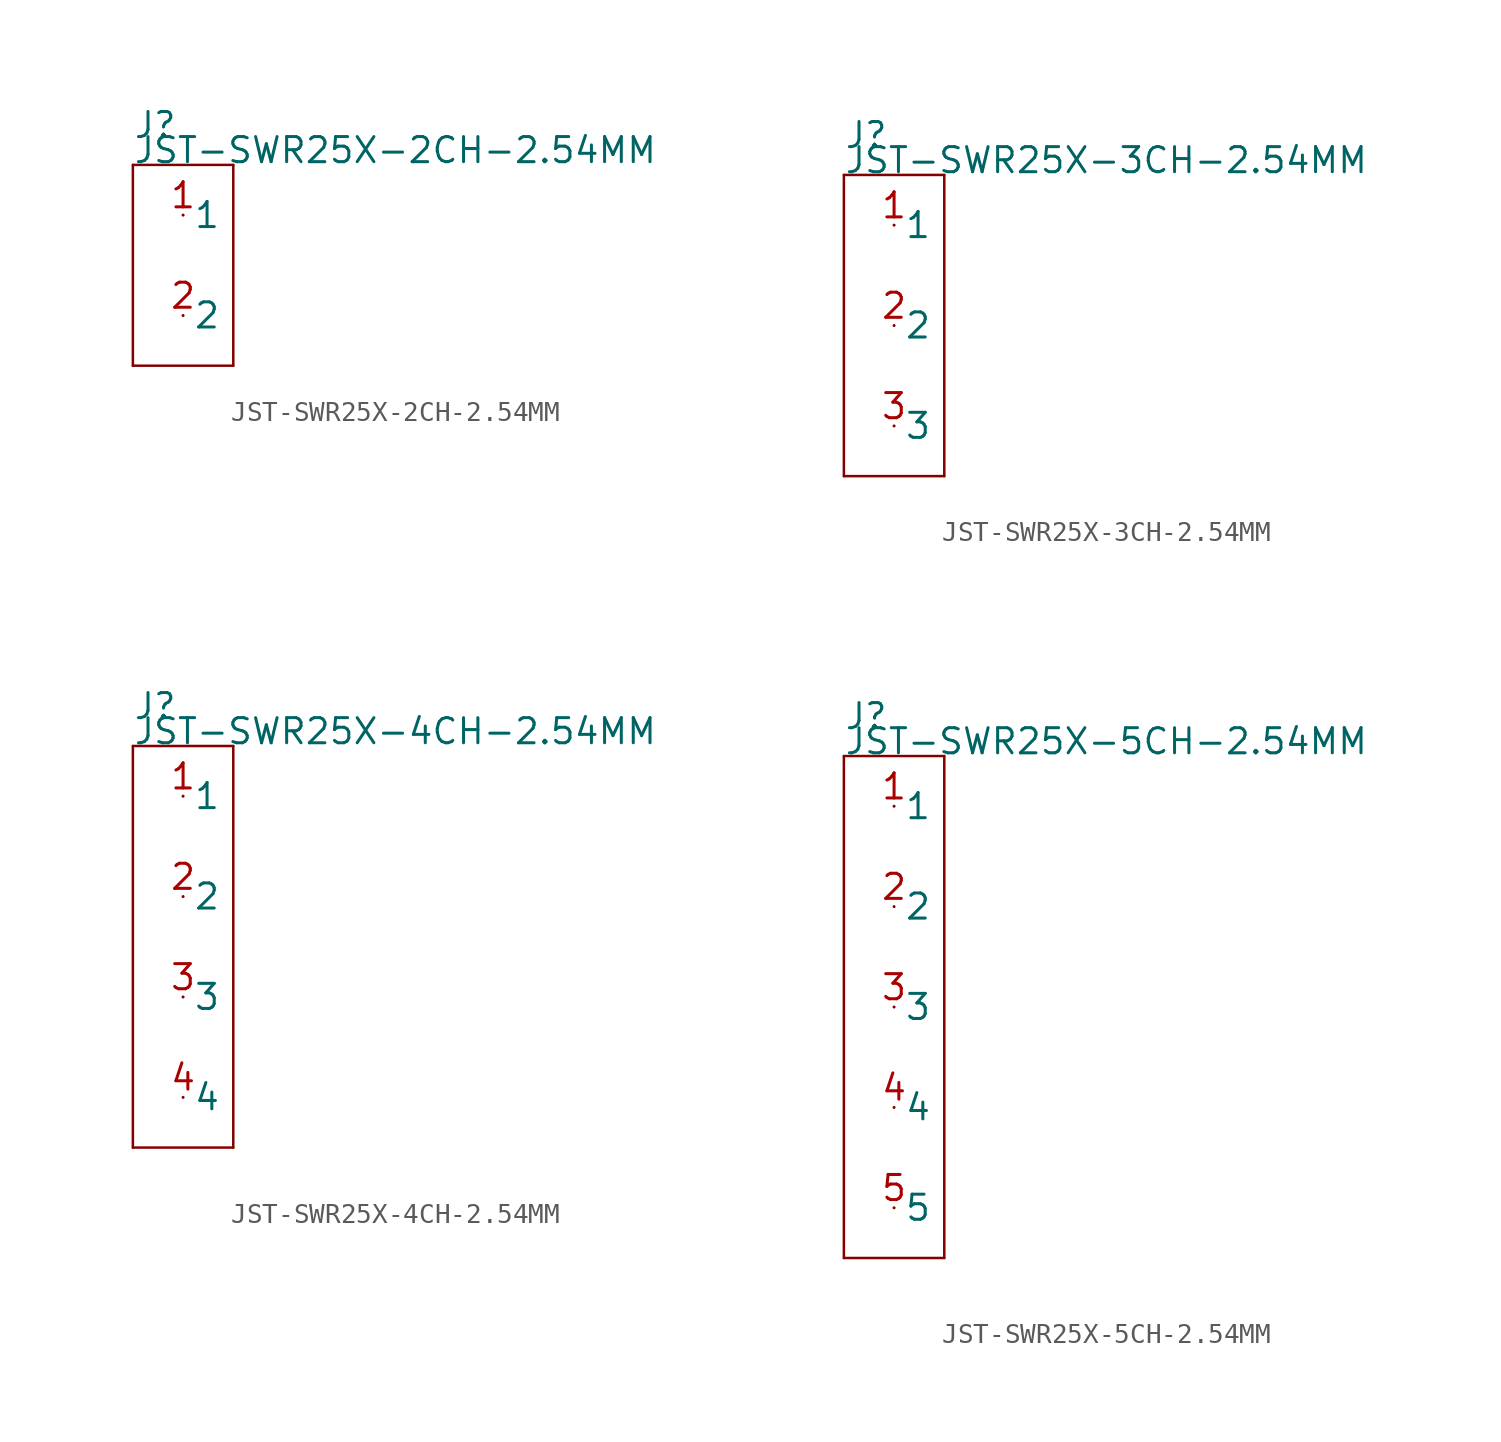
<source format=kicad_sym>
(kicad_symbol_lib
  (version 20211014)
  (generator kicad_symbol_editor)
  (symbol "JST-SWR25X-2CH-2.54MM"
    (pin_names)
    (property "Reference" "J"
      (at -2.54 6.35 0)
      (effects (font (size 1.27 1.27)) (justify left bottom)))
    (property "Value" "JST-SWR25X-2CH-2.54MM"
      (at -2.54 5.08 0)
      (effects (font (size 1.27 1.27)) (justify left bottom)))
    (property "Datasheet" ""
      (at 0 0 0))
    (property "ki_description" " JST 1x2  - Through Hole JST 2POS 2.54MM Technical Specifications: Pitch: 3.96mm "
      (at 0 0 0))
    (property "ki_fp_filters" "FlashPCB_Connectors:JST-SWR25X-NRTC-S2-ST-BA-THT-VERT-2CH-2.54MM FlashPCB_Connectors:JST-SWR25X-NRTC-S2-ST-BA-THT-VERT-2CH-2.54MM-NOSILK FlashPCB_Connectors:JST-SWR25X-NRTC-S2-RA-BA-THT-RA-2CH-2.54MM FlashPCB_Connectors:JST-SWR25X-NRTC-S2-RA-BA-THT-RA-2CH-2.54MM-NOSILK FlashPCB_Connectors:JST-SWR25X-NRTC-S2-ST-BA-THT-VERT-2CH-2.54MM-LONG FlashPCB_Connectors:JST-SWR25X-NRTC-S2-ST-BA-THT-VERT-2CH-2.54MM-LONG-NOSILK FlashPCB_Connectors:JST-SWR25X-NRTC-S2-RA-BA-THT-RA-2CH-2.54MM-LONG FlashPCB_Connectors:JST-SWR25X-NRTC-S2-RA-BA-THT-RA-2CH-2.54MM-LONG-NOSILK"
      (at 0 0 0))
    (symbol "JST-SWR25X-2CH-2.54MM_1_1"
      (polyline (pts (xy -2.54 5.08) (xy 2.54 5.08)) (stroke (width 0.127)) (fill (type none)))
      (polyline (pts (xy 2.54 5.08) (xy 2.54 -5.08)) (stroke (width 0.127)) (fill (type none)))
      (polyline (pts (xy 2.54 -5.08) (xy -2.54 -5.08)) (stroke (width 0.127)) (fill (type none)))
      (polyline (pts (xy -2.54 -5.08) (xy -2.54 5.08)) (stroke (width 0.127)) (fill (type none)))
      (pin bidirectional line (at 0 2.54 0) (length 0) (name "1" (effects (font (size 1.27 1.27)))) (number "1" (effects (font (size 1.27 1.27)))))
      (pin bidirectional line (at 0 -2.54 0) (length 0) (name "2" (effects (font (size 1.27 1.27)))) (number "2" (effects (font (size 1.27 1.27)))))))
  (symbol "JST-SWR25X-3CH-2.54MM"
    (pin_names)
    (property "Reference" "J"
      (at -2.54 8.89 0)
      (effects (font (size 1.27 1.27)) (justify left bottom)))
    (property "Value" "JST-SWR25X-3CH-2.54MM"
      (at -2.54 7.62 0)
      (effects (font (size 1.27 1.27)) (justify left bottom)))
    (property "Datasheet" ""
      (at 0 0 0))
    (property "ki_description" " JST 1x3  - Through Hole JST 3POS 2.54MM Technical Specifications: Pitch: 3.96mm "
      (at 0 0 0))
    (property "ki_fp_filters" "FlashPCB_Connectors:JST-SWR25X-NRTC-S3-ST-BA-THT-VERT-3CH-2.54MM FlashPCB_Connectors:JST-SWR25X-NRTC-S3-ST-BA-THT-VERT-3CH-2.54MM-NOSILK FlashPCB_Connectors:JST-SWR25X-NRTC-S3-RA-BA-THT-RA-3CH-2.54MM FlashPCB_Connectors:JST-SWR25X-NRTC-S3-RA-BA-THT-RA-3CH-2.54MM-NOSILK FlashPCB_Connectors:JST-SWR25X-NRTC-S3-ST-BA-THT-VERT-3CH-2.54MM-LONG FlashPCB_Connectors:JST-SWR25X-NRTC-S3-ST-BA-THT-VERT-3CH-2.54MM-LONG-NOSILK FlashPCB_Connectors:JST-SWR25X-NRTC-S3-RA-BA-THT-RA-3CH-2.54MM-LONG FlashPCB_Connectors:JST-SWR25X-NRTC-S3-RA-BA-THT-RA-3CH-2.54MM-LONG-NOSILK"
      (at 0 0 0))
    (symbol "JST-SWR25X-3CH-2.54MM_1_1"
      (polyline (pts (xy -2.54 7.62) (xy 2.54 7.62)) (stroke (width 0.127)) (fill (type none)))
      (polyline (pts (xy 2.54 7.62) (xy 2.54 -7.62)) (stroke (width 0.127)) (fill (type none)))
      (polyline (pts (xy 2.54 -7.62) (xy -2.54 -7.62)) (stroke (width 0.127)) (fill (type none)))
      (polyline (pts (xy -2.54 -7.62) (xy -2.54 7.62)) (stroke (width 0.127)) (fill (type none)))
      (pin bidirectional line (at 0 5.08 0) (length 0) (name "1" (effects (font (size 1.27 1.27)))) (number "1" (effects (font (size 1.27 1.27)))))
      (pin bidirectional line (at 0 0 0) (length 0) (name "2" (effects (font (size 1.27 1.27)))) (number "2" (effects (font (size 1.27 1.27)))))
      (pin bidirectional line (at 0 -5.08 0) (length 0) (name "3" (effects (font (size 1.27 1.27)))) (number "3" (effects (font (size 1.27 1.27)))))))
  (symbol "JST-SWR25X-4CH-2.54MM"
    (pin_names)
    (property "Reference" "J"
      (at -2.54 11.43 0)
      (effects (font (size 1.27 1.27)) (justify left bottom)))
    (property "Value" "JST-SWR25X-4CH-2.54MM"
      (at -2.54 10.16 0)
      (effects (font (size 1.27 1.27)) (justify left bottom)))
    (property "Datasheet" ""
      (at 0 0 0))
    (property "ki_description" " JST 1x4  - Through Hole JST 4POS 2.54MM Technical Specifications: Pitch: 3.96mm "
      (at 0 0 0))
    (property "ki_fp_filters" "FlashPCB_Connectors:JST-SWR25X-NRTC-S4-ST-BA-THT-VERT-4CH-2.54MM FlashPCB_Connectors:JST-SWR25X-NRTC-S4-ST-BA-THT-VERT-4CH-2.54MM-NOSILK FlashPCB_Connectors:JST-SWR25X-NRTC-S4-RA-BA-THT-RA-4CH-2.54MM FlashPCB_Connectors:JST-SWR25X-NRTC-S4-RA-BA-THT-RA-4CH-2.54MM-NOSILK FlashPCB_Connectors:JST-SWR25X-NRTC-S4-ST-BA-THT-VERT-4CH-2.54MM-LONG FlashPCB_Connectors:JST-SWR25X-NRTC-S4-ST-BA-THT-VERT-4CH-2.54MM-LONG-NOSILK FlashPCB_Connectors:JST-SWR25X-NRTC-S4-RA-BA-THT-RA-4CH-2.54MM-LONG FlashPCB_Connectors:JST-SWR25X-NRTC-S4-RA-BA-THT-RA-4CH-2.54MM-LONG-NOSILK"
      (at 0 0 0))
    (symbol "JST-SWR25X-4CH-2.54MM_1_1"
      (polyline (pts (xy -2.54 10.16) (xy 2.54 10.16)) (stroke (width 0.127)) (fill (type none)))
      (polyline (pts (xy 2.54 10.16) (xy 2.54 -10.16)) (stroke (width 0.127)) (fill (type none)))
      (polyline (pts (xy 2.54 -10.16) (xy -2.54 -10.16)) (stroke (width 0.127)) (fill (type none)))
      (polyline (pts (xy -2.54 -10.16) (xy -2.54 10.16)) (stroke (width 0.127)) (fill (type none)))
      (pin bidirectional line (at 0 7.62 0) (length 0) (name "1" (effects (font (size 1.27 1.27)))) (number "1" (effects (font (size 1.27 1.27)))))
      (pin bidirectional line (at 0 2.54 0) (length 0) (name "2" (effects (font (size 1.27 1.27)))) (number "2" (effects (font (size 1.27 1.27)))))
      (pin bidirectional line (at 0 -2.54 0) (length 0) (name "3" (effects (font (size 1.27 1.27)))) (number "3" (effects (font (size 1.27 1.27)))))
      (pin bidirectional line (at 0 -7.62 0) (length 0) (name "4" (effects (font (size 1.27 1.27)))) (number "4" (effects (font (size 1.27 1.27)))))))
  (symbol "JST-SWR25X-5CH-2.54MM"
    (pin_names)
    (property "Reference" "J"
      (at -2.54 13.97 0)
      (effects (font (size 1.27 1.27)) (justify left bottom)))
    (property "Value" "JST-SWR25X-5CH-2.54MM"
      (at -2.54 12.7 0)
      (effects (font (size 1.27 1.27)) (justify left bottom)))
    (property "Datasheet" ""
      (at 0 0 0))
    (property "ki_description" " JST 1x5  - Through Hole JST 5POS 2.54MM Technical Specifications: Pitch: 3.96mm "
      (at 0 0 0))
    (property "ki_fp_filters" "FlashPCB_Connectors:JST-SWR25X-NRTC-S5-ST-BA-THT-VERT-5CH-2.54MM FlashPCB_Connectors:JST-SWR25X-NRTC-S5-ST-BA-THT-VERT-5CH-2.54MM-NOSILK FlashPCB_Connectors:JST-SWR25X-NRTC-S5-RA-BA-THT-RA-5CH-2.54MM FlashPCB_Connectors:JST-SWR25X-NRTC-S5-RA-BA-THT-RA-5CH-2.54MM-NOSILK FlashPCB_Connectors:JST-SWR25X-NRTC-S5-ST-BA-THT-VERT-5CH-2.54MM-LONG FlashPCB_Connectors:JST-SWR25X-NRTC-S5-ST-BA-THT-VERT-5CH-2.54MM-LONG-NOSILK FlashPCB_Connectors:JST-SWR25X-NRTC-S5-RA-BA-THT-RA-5CH-2.54MM-LONG FlashPCB_Connectors:JST-SWR25X-NRTC-S5-RA-BA-THT-RA-5CH-2.54MM-LONG-NOSILK"
      (at 0 0 0))
    (symbol "JST-SWR25X-5CH-2.54MM_1_1"
      (polyline (pts (xy -2.54 12.7) (xy 2.54 12.7)) (stroke (width 0.127)) (fill (type none)))
      (polyline (pts (xy 2.54 12.7) (xy 2.54 -12.7)) (stroke (width 0.127)) (fill (type none)))
      (polyline (pts (xy 2.54 -12.7) (xy -2.54 -12.7)) (stroke (width 0.127)) (fill (type none)))
      (polyline (pts (xy -2.54 -12.7) (xy -2.54 12.7)) (stroke (width 0.127)) (fill (type none)))
      (pin bidirectional line (at 0 10.16 0) (length 0) (name "1" (effects (font (size 1.27 1.27)))) (number "1" (effects (font (size 1.27 1.27)))))
      (pin bidirectional line (at 0 5.08 0) (length 0) (name "2" (effects (font (size 1.27 1.27)))) (number "2" (effects (font (size 1.27 1.27)))))
      (pin bidirectional line (at 0 0 0) (length 0) (name "3" (effects (font (size 1.27 1.27)))) (number "3" (effects (font (size 1.27 1.27)))))
      (pin bidirectional line (at 0 -5.08 0) (length 0) (name "4" (effects (font (size 1.27 1.27)))) (number "4" (effects (font (size 1.27 1.27)))))
      (pin bidirectional line (at 0 -10.16 0) (length 0) (name "5" (effects (font (size 1.27 1.27)))) (number "5" (effects (font (size 1.27 1.27))))))))
</source>
